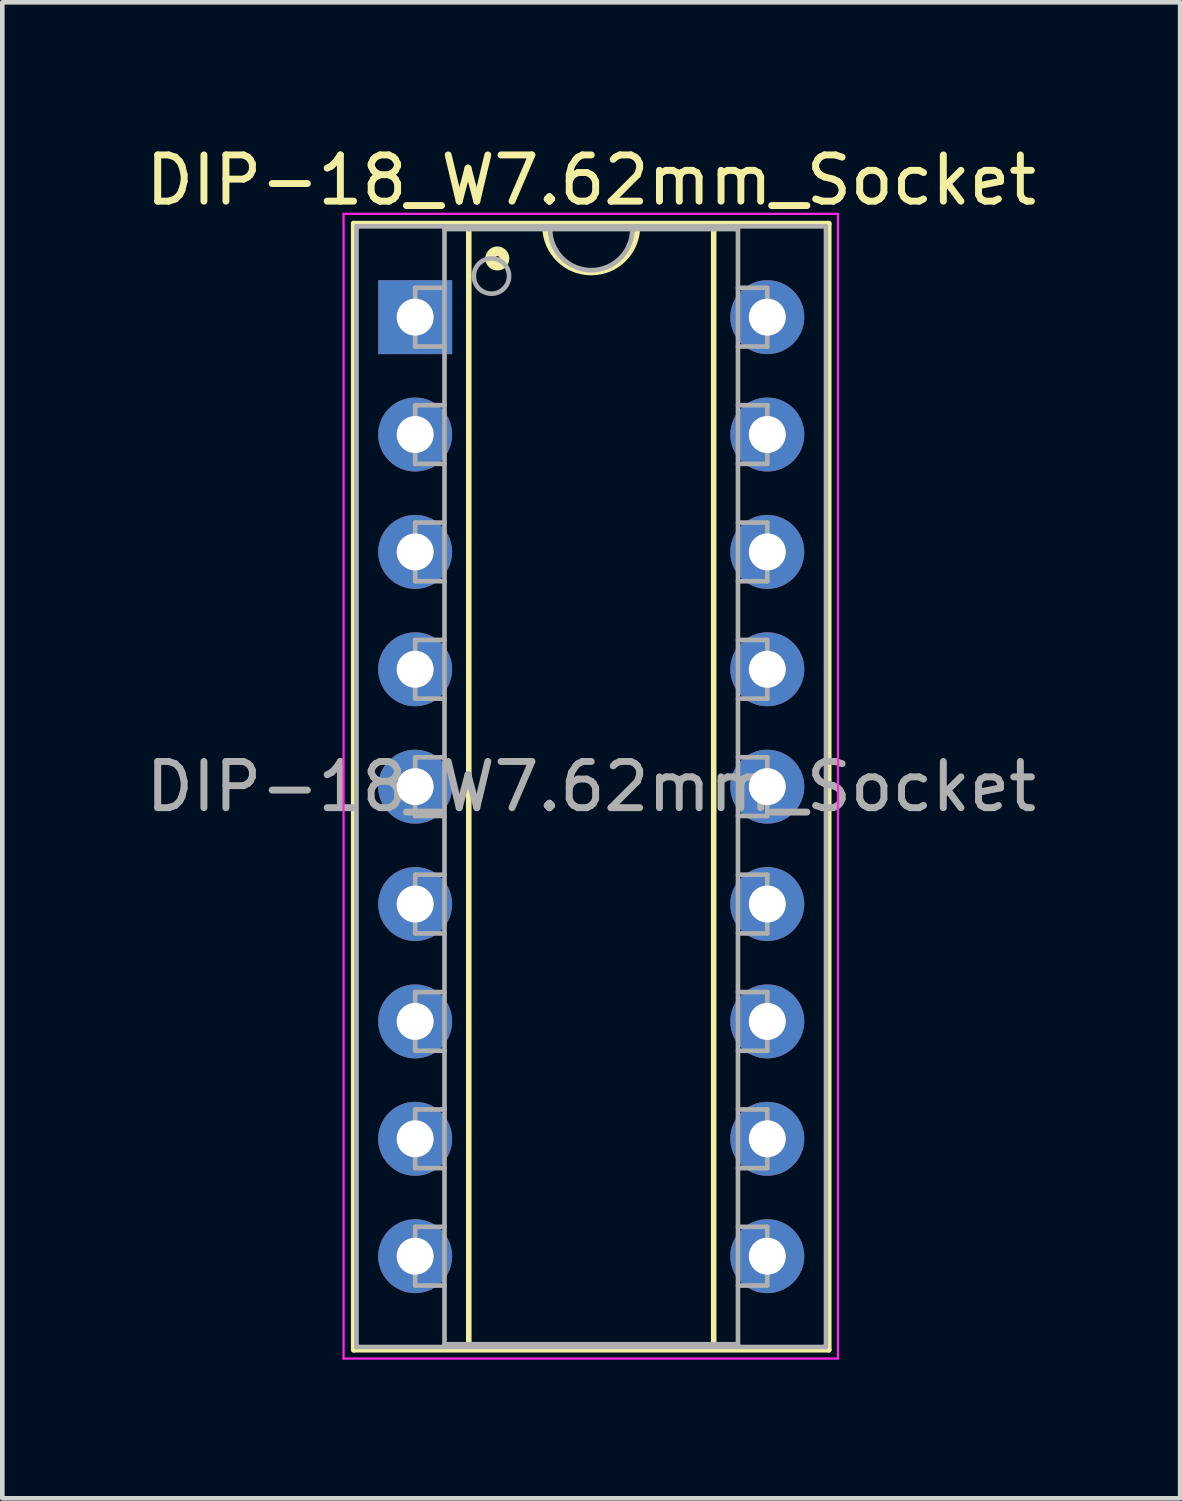
<source format=kicad_pcb>
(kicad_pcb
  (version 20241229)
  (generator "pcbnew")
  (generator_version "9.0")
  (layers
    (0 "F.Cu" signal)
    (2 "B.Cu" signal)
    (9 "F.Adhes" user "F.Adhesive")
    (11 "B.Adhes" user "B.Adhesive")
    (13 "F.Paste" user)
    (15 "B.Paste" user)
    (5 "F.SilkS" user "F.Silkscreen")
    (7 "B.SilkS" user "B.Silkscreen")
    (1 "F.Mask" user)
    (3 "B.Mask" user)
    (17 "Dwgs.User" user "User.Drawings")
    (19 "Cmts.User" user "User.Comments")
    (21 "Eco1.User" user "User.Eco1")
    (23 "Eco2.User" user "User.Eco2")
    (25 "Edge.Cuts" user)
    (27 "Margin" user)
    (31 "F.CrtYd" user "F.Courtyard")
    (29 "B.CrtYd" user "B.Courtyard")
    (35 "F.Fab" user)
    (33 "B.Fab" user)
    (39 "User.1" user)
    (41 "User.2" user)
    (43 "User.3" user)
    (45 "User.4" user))
  (footprint "DIP-18_W7.62mm_Socket"
    (layer "F.Cu")
    (at 5.934 3.813)
    (property "Reference" "DIP-18_W7.62mm_Socket" (at 3.81 -2.965 0) (layer "F.SilkS") (effects (font (size 1 1) (thickness 0.15))))
    (attr through_hole)
    (fp_line (start -1.33 -2.025) (end -1.33 22.345) (stroke (width 0.12) (type solid)) (layer "F.SilkS"))
    (fp_line (start -1.33 22.345) (end 8.95 22.345) (stroke (width 0.12) (type solid)) (layer "F.SilkS"))
    (fp_line (start 1.16 -1.965) (end 1.16 22.285) (stroke (width 0.12) (type solid)) (layer "F.SilkS"))
    (fp_line (start 1.16 22.285) (end 6.46 22.285) (stroke (width 0.12) (type solid)) (layer "F.SilkS"))
    (fp_line (start 2.81 -1.965) (end 1.16 -1.965) (stroke (width 0.12) (type solid)) (layer "F.SilkS"))
    (fp_line (start 6.46 -1.965) (end 4.81 -1.965) (stroke (width 0.12) (type solid)) (layer "F.SilkS"))
    (fp_line (start 6.46 22.285) (end 6.46 -1.965) (stroke (width 0.12) (type solid)) (layer "F.SilkS"))
    (fp_line (start 8.95 -2.025) (end -1.33 -2.025) (stroke (width 0.12) (type solid)) (layer "F.SilkS"))
    (fp_line (start 8.95 22.345) (end 8.95 -2.025) (stroke (width 0.12) (type solid)) (layer "F.SilkS"))
    (fp_arc (start 4.81 -1.965) (mid 3.81 -0.965) (end 2.81 -1.965) (stroke (width 0.12) (type solid)) (layer "F.SilkS"))
    (fp_circle (center 1.778 -1.27) (end 1.828 -1.27) (stroke (width 0.12) (type solid)) (fill no) (layer "F.SilkS"))
    (fp_circle (center 1.778 -1.27) (end 1.903 -1.27) (stroke (width 0.12) (type solid)) (fill no) (layer "F.SilkS"))
    (fp_circle (center 1.778 -1.27) (end 1.978 -1.27) (stroke (width 0.12) (type solid)) (fill no) (layer "F.SilkS"))
    (fp_line (start -1.55 -2.235) (end -1.55 22.535) (stroke (width 0.05) (type solid)) (layer "F.CrtYd"))
    (fp_line (start -1.55 22.535) (end 9.15 22.535) (stroke (width 0.05) (type solid)) (layer "F.CrtYd"))
    (fp_line (start 9.15 -2.235) (end -1.55 -2.235) (stroke (width 0.05) (type solid)) (layer "F.CrtYd"))
    (fp_line (start 9.15 22.535) (end 9.15 -2.235) (stroke (width 0.05) (type solid)) (layer "F.CrtYd"))
    (fp_line (start -1.27 -1.965) (end -1.27 22.285) (stroke (width 0.1) (type solid)) (layer "F.Fab"))
    (fp_line (start -1.27 22.285) (end 8.89 22.285) (stroke (width 0.1) (type solid)) (layer "F.Fab"))
    (fp_line (start 0 -0.635) (end 0 0.635) (stroke (width 0.1) (type solid)) (layer "F.Fab"))
    (fp_line (start 0 -0.635) (end 0.635 -0.635) (stroke (width 0.1) (type solid)) (layer "F.Fab"))
    (fp_line (start 0 0.635) (end 0.635 0.635) (stroke (width 0.1) (type solid)) (layer "F.Fab"))
    (fp_line (start 0 1.905) (end 0 3.175) (stroke (width 0.1) (type solid)) (layer "F.Fab"))
    (fp_line (start 0 1.905) (end 0.635 1.905) (stroke (width 0.1) (type solid)) (layer "F.Fab"))
    (fp_line (start 0 3.175) (end 0.635 3.175) (stroke (width 0.1) (type solid)) (layer "F.Fab"))
    (fp_line (start 0 4.445) (end 0 5.715) (stroke (width 0.1) (type solid)) (layer "F.Fab"))
    (fp_line (start 0 4.445) (end 0.635 4.445) (stroke (width 0.1) (type solid)) (layer "F.Fab"))
    (fp_line (start 0 5.715) (end 0.635 5.715) (stroke (width 0.1) (type solid)) (layer "F.Fab"))
    (fp_line (start 0 6.985) (end 0 8.255) (stroke (width 0.1) (type solid)) (layer "F.Fab"))
    (fp_line (start 0 6.985) (end 0.635 6.985) (stroke (width 0.1) (type solid)) (layer "F.Fab"))
    (fp_line (start 0 8.255) (end 0.635 8.255) (stroke (width 0.1) (type solid)) (layer "F.Fab"))
    (fp_line (start 0 9.525) (end 0 10.795) (stroke (width 0.1) (type solid)) (layer "F.Fab"))
    (fp_line (start 0 9.525) (end 0.635 9.525) (stroke (width 0.1) (type solid)) (layer "F.Fab"))
    (fp_line (start 0 10.795) (end 0.635 10.795) (stroke (width 0.1) (type solid)) (layer "F.Fab"))
    (fp_line (start 0 12.065) (end 0 13.335) (stroke (width 0.1) (type solid)) (layer "F.Fab"))
    (fp_line (start 0 12.065) (end 0.635 12.065) (stroke (width 0.1) (type solid)) (layer "F.Fab"))
    (fp_line (start 0 13.335) (end 0.635 13.335) (stroke (width 0.1) (type solid)) (layer "F.Fab"))
    (fp_line (start 0 14.605) (end 0 15.875) (stroke (width 0.1) (type solid)) (layer "F.Fab"))
    (fp_line (start 0 14.605) (end 0.635 14.605) (stroke (width 0.1) (type solid)) (layer "F.Fab"))
    (fp_line (start 0 15.875) (end 0.635 15.875) (stroke (width 0.1) (type solid)) (layer "F.Fab"))
    (fp_line (start 0 17.145) (end 0 18.415) (stroke (width 0.1) (type solid)) (layer "F.Fab"))
    (fp_line (start 0 17.145) (end 0.635 17.145) (stroke (width 0.1) (type solid)) (layer "F.Fab"))
    (fp_line (start 0 18.415) (end 0.635 18.415) (stroke (width 0.1) (type solid)) (layer "F.Fab"))
    (fp_line (start 0 19.685) (end 0 20.955) (stroke (width 0.1) (type solid)) (layer "F.Fab"))
    (fp_line (start 0 19.685) (end 0.635 19.685) (stroke (width 0.1) (type solid)) (layer "F.Fab"))
    (fp_line (start 0 20.955) (end 0.635 20.955) (stroke (width 0.1) (type solid)) (layer "F.Fab"))
    (fp_line (start 0.635 -1.905) (end 6.985 -1.905) (stroke (width 0.1) (type solid)) (layer "F.Fab"))
    (fp_line (start 0.635 22.225) (end 0.635 -1.905) (stroke (width 0.1) (type solid)) (layer "F.Fab"))
    (fp_line (start 6.985 -1.905) (end 6.985 22.225) (stroke (width 0.1) (type solid)) (layer "F.Fab"))
    (fp_line (start 6.985 22.225) (end 0.635 22.225) (stroke (width 0.1) (type solid)) (layer "F.Fab"))
    (fp_line (start 7.62 -0.635) (end 6.985 -0.635) (stroke (width 0.1) (type solid)) (layer "F.Fab"))
    (fp_line (start 7.62 0.635) (end 6.985 0.635) (stroke (width 0.1) (type solid)) (layer "F.Fab"))
    (fp_line (start 7.62 0.635) (end 7.62 -0.635) (stroke (width 0.1) (type solid)) (layer "F.Fab"))
    (fp_line (start 7.62 1.905) (end 6.985 1.905) (stroke (width 0.1) (type solid)) (layer "F.Fab"))
    (fp_line (start 7.62 3.175) (end 6.985 3.175) (stroke (width 0.1) (type solid)) (layer "F.Fab"))
    (fp_line (start 7.62 3.175) (end 7.62 1.905) (stroke (width 0.1) (type solid)) (layer "F.Fab"))
    (fp_line (start 7.62 4.445) (end 6.985 4.445) (stroke (width 0.1) (type solid)) (layer "F.Fab"))
    (fp_line (start 7.62 5.715) (end 6.985 5.715) (stroke (width 0.1) (type solid)) (layer "F.Fab"))
    (fp_line (start 7.62 5.715) (end 7.62 4.445) (stroke (width 0.1) (type solid)) (layer "F.Fab"))
    (fp_line (start 7.62 6.985) (end 6.985 6.985) (stroke (width 0.1) (type solid)) (layer "F.Fab"))
    (fp_line (start 7.62 8.255) (end 6.985 8.255) (stroke (width 0.1) (type solid)) (layer "F.Fab"))
    (fp_line (start 7.62 8.255) (end 7.62 6.985) (stroke (width 0.1) (type solid)) (layer "F.Fab"))
    (fp_line (start 7.62 9.525) (end 6.985 9.525) (stroke (width 0.1) (type solid)) (layer "F.Fab"))
    (fp_line (start 7.62 10.795) (end 6.985 10.795) (stroke (width 0.1) (type solid)) (layer "F.Fab"))
    (fp_line (start 7.62 10.795) (end 7.62 9.525) (stroke (width 0.1) (type solid)) (layer "F.Fab"))
    (fp_line (start 7.62 12.065) (end 6.985 12.065) (stroke (width 0.1) (type solid)) (layer "F.Fab"))
    (fp_line (start 7.62 13.335) (end 6.985 13.335) (stroke (width 0.1) (type solid)) (layer "F.Fab"))
    (fp_line (start 7.62 13.335) (end 7.62 12.065) (stroke (width 0.1) (type solid)) (layer "F.Fab"))
    (fp_line (start 7.62 14.605) (end 6.985 14.605) (stroke (width 0.1) (type solid)) (layer "F.Fab"))
    (fp_line (start 7.62 15.875) (end 6.985 15.875) (stroke (width 0.1) (type solid)) (layer "F.Fab"))
    (fp_line (start 7.62 15.875) (end 7.62 14.605) (stroke (width 0.1) (type solid)) (layer "F.Fab"))
    (fp_line (start 7.62 17.145) (end 6.985 17.145) (stroke (width 0.1) (type solid)) (layer "F.Fab"))
    (fp_line (start 7.62 18.415) (end 6.985 18.415) (stroke (width 0.1) (type solid)) (layer "F.Fab"))
    (fp_line (start 7.62 18.415) (end 7.62 17.145) (stroke (width 0.1) (type solid)) (layer "F.Fab"))
    (fp_line (start 7.62 19.685) (end 6.985 19.685) (stroke (width 0.1) (type solid)) (layer "F.Fab"))
    (fp_line (start 7.62 20.955) (end 6.985 20.955) (stroke (width 0.1) (type solid)) (layer "F.Fab"))
    (fp_line (start 7.62 20.955) (end 7.62 19.685) (stroke (width 0.1) (type solid)) (layer "F.Fab"))
    (fp_line (start 8.89 -1.965) (end -1.27 -1.965) (stroke (width 0.1) (type solid)) (layer "F.Fab"))
    (fp_line (start 8.89 22.285) (end 8.89 -1.965) (stroke (width 0.1) (type solid)) (layer "F.Fab"))
    (fp_arc (start 4.699 -1.905) (mid 3.81 -1.016) (end 2.921 -1.905) (stroke (width 0.1) (type solid)) (layer "F.Fab"))
    (fp_circle (center 1.651 -0.889) (end 2.032 -0.889) (stroke (width 0.1) (type solid)) (fill no) (layer "F.Fab"))
    (fp_text user "${REFERENCE}" (at 3.81 10.16 0) (layer "F.Fab") (effects (font (size 1 1) (thickness 0.15))))
    (pad "1" thru_hole rect (at 0 0) (size 1.6 1.6) (drill 0.8) (layers "*.Cu" "*.Mask"))
    (pad "2" thru_hole oval (at 0 2.54) (size 1.6 1.6) (drill 0.8) (layers "*.Cu" "*.Mask"))
    (pad "3" thru_hole oval (at 0 5.08) (size 1.6 1.6) (drill 0.8) (layers "*.Cu" "*.Mask"))
    (pad "4" thru_hole oval (at 0 7.62) (size 1.6 1.6) (drill 0.8) (layers "*.Cu" "*.Mask"))
    (pad "5" thru_hole oval (at 0 10.16) (size 1.6 1.6) (drill 0.8) (layers "*.Cu" "*.Mask"))
    (pad "6" thru_hole oval (at 0 12.7) (size 1.6 1.6) (drill 0.8) (layers "*.Cu" "*.Mask"))
    (pad "7" thru_hole oval (at 0 15.24) (size 1.6 1.6) (drill 0.8) (layers "*.Cu" "*.Mask"))
    (pad "8" thru_hole oval (at 0 17.78) (size 1.6 1.6) (drill 0.8) (layers "*.Cu" "*.Mask"))
    (pad "9" thru_hole oval (at 0 20.32) (size 1.6 1.6) (drill 0.8) (layers "*.Cu" "*.Mask"))
    (pad "10" thru_hole oval (at 7.62 20.32) (size 1.6 1.6) (drill 0.8) (layers "*.Cu" "*.Mask"))
    (pad "11" thru_hole oval (at 7.62 17.78) (size 1.6 1.6) (drill 0.8) (layers "*.Cu" "*.Mask"))
    (pad "12" thru_hole oval (at 7.62 15.24) (size 1.6 1.6) (drill 0.8) (layers "*.Cu" "*.Mask"))
    (pad "13" thru_hole oval (at 7.62 12.7) (size 1.6 1.6) (drill 0.8) (layers "*.Cu" "*.Mask"))
    (pad "14" thru_hole oval (at 7.62 10.16) (size 1.6 1.6) (drill 0.8) (layers "*.Cu" "*.Mask"))
    (pad "15" thru_hole oval (at 7.62 7.62) (size 1.6 1.6) (drill 0.8) (layers "*.Cu" "*.Mask"))
    (pad "16" thru_hole oval (at 7.62 5.08) (size 1.6 1.6) (drill 0.8) (layers "*.Cu" "*.Mask"))
    (pad "17" thru_hole oval (at 7.62 2.54) (size 1.6 1.6) (drill 0.8) (layers "*.Cu" "*.Mask"))
    (pad "18" thru_hole oval (at 7.62 0) (size 1.6 1.6) (drill 0.8) (layers "*.Cu" "*.Mask")))
  (gr_rect
    (start -3 -3)
    (end 22.488 29.373)
    (stroke (width 0.1) (type default))
    (fill no)
    (layer "Edge.Cuts")))
</source>
